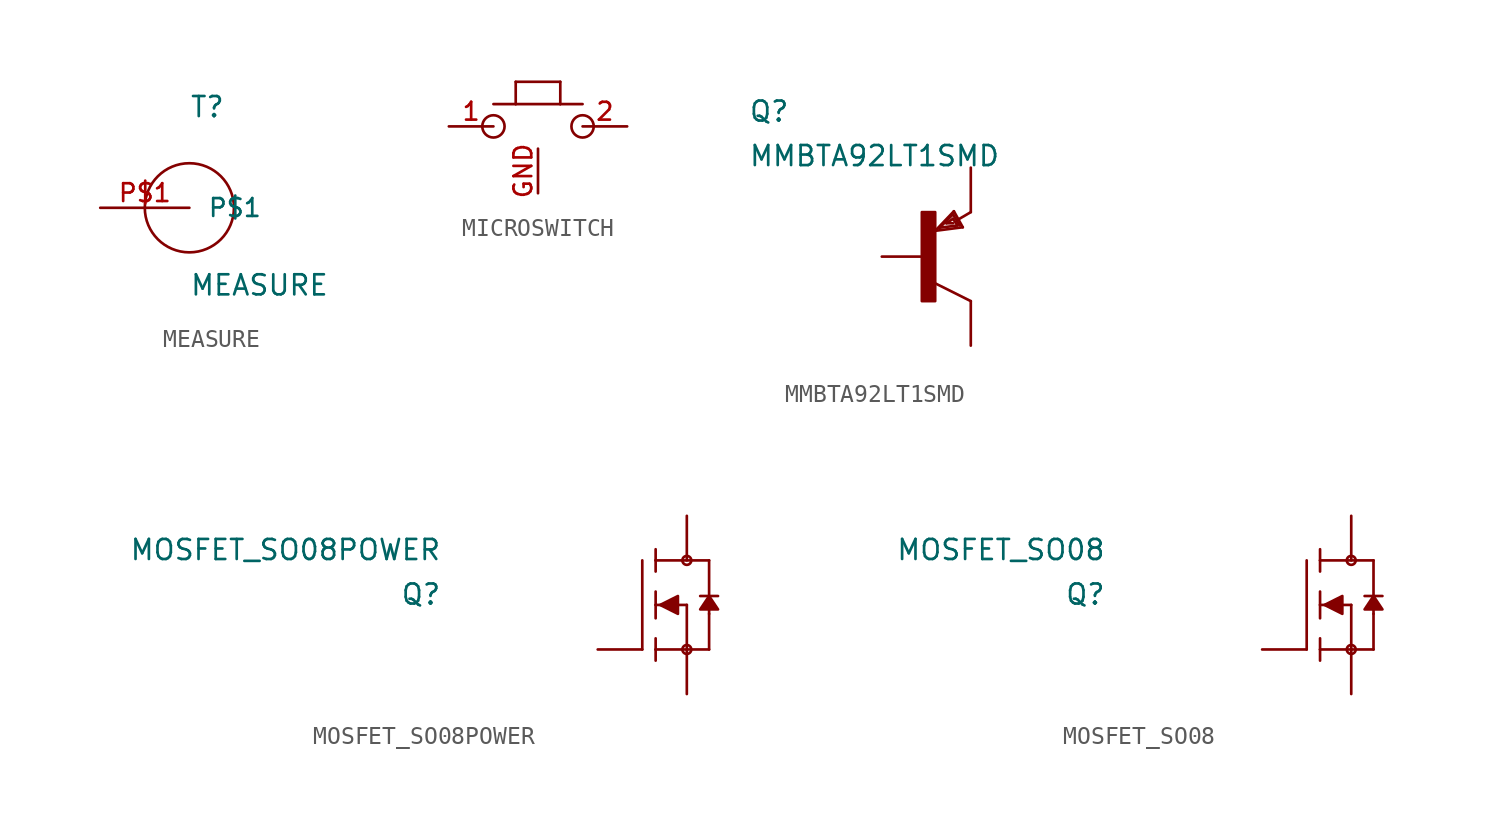
<source format=kicad_sym>
(kicad_symbol_lib
  (version 20211014)
  (generator kicad_symbol_editor)
  (symbol "MEASURE"
    (pin_names
      (offset 1.016))
    (property "Reference" "T"
      (at 0 5.08 0)
      (effects (font (size 1.143 1.143)) (justify left bottom)))
    (property "Value" "MEASURE"
      (at 0 -5.08 0)
      (effects (font (size 1.143 1.143)) (justify left bottom)))
    (property "ki_locked" ""
      (at 0 0 0)
      (effects (font (size 1.27 1.27))))
    (symbol "MEASURE_1_1"
      (circle (center 0 0) (radius 2.54) (stroke (width 0) (type default) (color 0 0 0 0)) (fill (type none)))
      (pin passive line (at -5.08 0 0) (length 5.08) (name "P$1" (effects (font (size 1.016 1.016)))) (number "P$1" (effects (font (size 1.016 1.016)))))))
  (symbol "MICROSWITCH"
    (pin_names
      (offset 1.016) hide)
    (property "Reference" "K"
      (at 0 0 0)
      (effects (font (size 1.143 1.143)) hide))
    (property "ki_locked" ""
      (at 0 0 0)
      (effects (font (size 1.27 1.27))))
    (symbol "MICROSWITCH_1_0"
      (polyline (pts (xy -2.54 1.27) (xy -1.27 1.27)) (stroke (width 0) (type default) (color 0 0 0 0)) (fill (type none)))
      (polyline (pts (xy -1.27 1.27) (xy 1.27 1.27)) (stroke (width 0) (type default) (color 0 0 0 0)) (fill (type none)))
      (polyline (pts (xy -1.27 2.54) (xy -1.27 1.27)) (stroke (width 0) (type default) (color 0 0 0 0)) (fill (type none)))
      (polyline (pts (xy 1.27 1.27) (xy 1.27 2.54)) (stroke (width 0) (type default) (color 0 0 0 0)) (fill (type none)))
      (polyline (pts (xy 1.27 2.54) (xy -1.27 2.54)) (stroke (width 0) (type default) (color 0 0 0 0)) (fill (type none)))
      (polyline (pts (xy 2.54 1.27) (xy 1.27 1.27)) (stroke (width 0) (type default) (color 0 0 0 0)) (fill (type none))))
    (symbol "MICROSWITCH_1_1"
      (circle (center -2.54 0) (radius 0.635) (stroke (width 0) (type default) (color 0 0 0 0)) (fill (type none)))
      (circle (center 2.54 0) (radius 0.635) (stroke (width 0) (type default) (color 0 0 0 0)) (fill (type none)))
      (pin passive line (at -5.08 0 0) (length 2.54) (name "1" (effects (font (size 1.016 1.016)))) (number "1" (effects (font (size 1.016 1.016)))))
      (pin passive line (at 5.08 0 180) (length 2.54) (name "2" (effects (font (size 1.016 1.016)))) (number "2" (effects (font (size 1.016 1.016)))))
      (pin power_in line (at 0 -3.81 90) (length 2.54) (name "GND" (effects (font (size 1.016 1.016)))) (number "GND" (effects (font (size 1.016 1.016)))))))
  (symbol "MMBTA92LT1SMD"
    (pin_numbers hide)
    (pin_names
      (offset 1.016) hide)
    (property "Reference" "Q"
      (at -10.16 7.62 0)
      (effects (font (size 1.143 1.143)) (justify left bottom)))
    (property "Value" "MMBTA92LT1SMD"
      (at -10.16 5.08 0)
      (effects (font (size 1.143 1.143)) (justify left bottom)))
    (property "ki_locked" ""
      (at 0 0 0)
      (effects (font (size 1.27 1.27))))
    (symbol "MMBTA92LT1SMD_1_0"
      (polyline (pts (xy 0.508 1.473) (xy 2.083 1.676)) (stroke (width 0) (type default) (color 0 0 0 0)) (fill (type none)))
      (polyline (pts (xy 0.762 1.651) (xy 1.778 1.778)) (stroke (width 0) (type default) (color 0 0 0 0)) (fill (type none)))
      (polyline (pts (xy 1.143 1.905) (xy 1.524 1.905)) (stroke (width 0) (type default) (color 0 0 0 0)) (fill (type none)))
      (polyline (pts (xy 1.524 2.159) (xy 1.143 1.905)) (stroke (width 0) (type default) (color 0 0 0 0)) (fill (type none)))
      (polyline (pts (xy 1.524 2.413) (xy 0.762 1.651)) (stroke (width 0) (type default) (color 0 0 0 0)) (fill (type none)))
      (polyline (pts (xy 1.575 2.591) (xy 0.508 1.473)) (stroke (width 0) (type default) (color 0 0 0 0)) (fill (type none)))
      (polyline (pts (xy 1.778 1.778) (xy 1.524 2.159)) (stroke (width 0) (type default) (color 0 0 0 0)) (fill (type none)))
      (polyline (pts (xy 1.905 1.778) (xy 1.524 2.413)) (stroke (width 0) (type default) (color 0 0 0 0)) (fill (type none)))
      (polyline (pts (xy 2.083 1.676) (xy 1.575 2.591)) (stroke (width 0) (type default) (color 0 0 0 0)) (fill (type none)))
      (polyline (pts (xy 2.54 -2.54) (xy 0.508 -1.524)) (stroke (width 0) (type default) (color 0 0 0 0)) (fill (type none)))
      (polyline (pts (xy 2.54 2.54) (xy 1.803 2.108)) (stroke (width 0) (type default) (color 0 0 0 0)) (fill (type none))))
    (symbol "MMBTA92LT1SMD_1_1"
      (rectangle (start -0.254 -2.54) (end 0.508 2.54) (stroke (width 0) (type default) (color 0 0 0 0)) (fill (type outline)))
      (pin passive line (at -2.54 0 0) (length 2.54) (name "B" (effects (font (size 1.016 1.016)))) (number "B" (effects (font (size 1.016 1.016)))))
      (pin passive line (at 2.54 -5.08 90) (length 2.54) (name "C" (effects (font (size 1.016 1.016)))) (number "C" (effects (font (size 1.016 1.016)))))
      (pin passive line (at 2.54 5.08 270) (length 2.54) (name "E" (effects (font (size 1.016 1.016)))) (number "E" (effects (font (size 1.016 1.016)))))))
  (symbol "MOSFET_SO08POWER"
    (pin_numbers hide)
    (pin_names
      (offset 1.016) hide)
    (property "Reference" "Q"
      (at -11.43 1.27 0)
      (effects (font (size 1.143 1.143)) (justify right top)))
    (property "Value" "MOSFET_SO08POWER"
      (at -11.43 3.81 0)
      (effects (font (size 1.143 1.143)) (justify right top)))
    (property "ki_locked" ""
      (at 0 0 0)
      (effects (font (size 1.27 1.27))))
    (symbol "MOSFET_SO08POWER_1_0"
      (polyline (pts (xy 0 2.54) (xy 0 -2.54)) (stroke (width 0) (type default) (color 0 0 0 0)) (fill (type none)))
      (polyline (pts (xy 0.762 -2.54) (xy 0.762 -3.175)) (stroke (width 0) (type default) (color 0 0 0 0)) (fill (type none)))
      (polyline (pts (xy 0.762 -1.905) (xy 0.762 -2.54)) (stroke (width 0) (type default) (color 0 0 0 0)) (fill (type none)))
      (polyline (pts (xy 0.762 0) (xy 0.762 -0.762)) (stroke (width 0) (type default) (color 0 0 0 0)) (fill (type none)))
      (polyline (pts (xy 0.762 0) (xy 2.54 0)) (stroke (width 0) (type default) (color 0 0 0 0)) (fill (type none)))
      (polyline (pts (xy 0.762 0.762) (xy 0.762 0)) (stroke (width 0) (type default) (color 0 0 0 0)) (fill (type none)))
      (polyline (pts (xy 0.762 2.54) (xy 0.762 1.905)) (stroke (width 0) (type default) (color 0 0 0 0)) (fill (type none)))
      (polyline (pts (xy 0.762 2.54) (xy 3.81 2.54)) (stroke (width 0) (type default) (color 0 0 0 0)) (fill (type none)))
      (polyline (pts (xy 0.762 3.175) (xy 0.762 2.54)) (stroke (width 0) (type default) (color 0 0 0 0)) (fill (type none)))
      (polyline (pts (xy 2.54 -2.54) (xy 0.762 -2.54)) (stroke (width 0) (type default) (color 0 0 0 0)) (fill (type none)))
      (polyline (pts (xy 2.54 -2.54) (xy 3.81 -2.54)) (stroke (width 0) (type default) (color 0 0 0 0)) (fill (type none)))
      (polyline (pts (xy 2.54 0) (xy 2.54 -2.54)) (stroke (width 0) (type default) (color 0 0 0 0)) (fill (type none)))
      (polyline (pts (xy 3.302 0.508) (xy 3.81 0.508)) (stroke (width 0) (type default) (color 0 0 0 0)) (fill (type none)))
      (polyline (pts (xy 3.81 -0.508) (xy 3.81 -2.54)) (stroke (width 0) (type default) (color 0 0 0 0)) (fill (type none)))
      (polyline (pts (xy 3.81 0.508) (xy 3.81 -0.508)) (stroke (width 0) (type default) (color 0 0 0 0)) (fill (type none)))
      (polyline (pts (xy 3.81 0.508) (xy 4.318 0.508)) (stroke (width 0) (type default) (color 0 0 0 0)) (fill (type none)))
      (polyline (pts (xy 3.81 2.54) (xy 3.81 0.508)) (stroke (width 0) (type default) (color 0 0 0 0)) (fill (type none))))
    (symbol "MOSFET_SO08POWER_1_1"
      (polyline (pts (xy 1.016 0) (xy 2.032 0.508) (xy 2.032 0.508) (xy 2.032 -0.508) (xy 2.032 -0.508) (xy 1.016 0)) (stroke (width 0) (type default) (color 0 0 0 0)) (fill (type outline)))
      (polyline (pts (xy 3.81 0.508) (xy 3.302 -0.254) (xy 3.302 -0.254) (xy 4.318 -0.254) (xy 4.318 -0.254) (xy 3.81 0.508)) (stroke (width 0) (type default) (color 0 0 0 0)) (fill (type outline)))
      (circle (center 2.54 -2.54) (radius 0.254) (stroke (width 0) (type default) (color 0 0 0 0)) (fill (type none)))
      (circle (center 2.54 2.54) (radius 0.254) (stroke (width 0) (type default) (color 0 0 0 0)) (fill (type none)))
      (pin passive line (at 2.54 5.08 270) (length 2.54) (name "D" (effects (font (size 1.016 1.016)))) (number "0" (effects (font (size 1.016 1.016)))))
      (pin passive line (at 2.54 -5.08 90) (length 2.54) (name "S" (effects (font (size 1.016 1.016)))) (number "1" (effects (font (size 1.016 1.016)))))
      (pin passive line (at 2.54 -5.08 90) (length 2.54) hide (name "S" (effects (font (size 1.016 1.016)))) (number "2" (effects (font (size 1.016 1.016)))))
      (pin passive line (at 2.54 -5.08 90) (length 2.54) hide (name "S" (effects (font (size 1.016 1.016)))) (number "3" (effects (font (size 1.016 1.016)))))
      (pin passive line (at -2.54 -2.54 0) (length 2.54) (name "G" (effects (font (size 1.016 1.016)))) (number "4" (effects (font (size 1.016 1.016)))))
      (pin passive line (at 2.54 5.08 270) (length 2.54) hide (name "D" (effects (font (size 1.016 1.016)))) (number "5" (effects (font (size 1.016 1.016)))))
      (pin passive line (at 2.54 5.08 270) (length 2.54) hide (name "D" (effects (font (size 1.016 1.016)))) (number "6" (effects (font (size 1.016 1.016)))))
      (pin passive line (at 2.54 5.08 270) (length 2.54) hide (name "D" (effects (font (size 1.016 1.016)))) (number "7" (effects (font (size 1.016 1.016)))))
      (pin passive line (at 2.54 5.08 270) (length 2.54) hide (name "D" (effects (font (size 1.016 1.016)))) (number "8" (effects (font (size 1.016 1.016)))))))
  (symbol "MOSFET_SO08"
    (pin_numbers hide)
    (pin_names
      (offset 1.016) hide)
    (property "Reference" "Q"
      (at -11.43 1.27 0)
      (effects (font (size 1.143 1.143)) (justify right top)))
    (property "Value" "MOSFET_SO08"
      (at -11.43 3.81 0)
      (effects (font (size 1.143 1.143)) (justify right top)))
    (property "ki_locked" ""
      (at 0 0 0)
      (effects (font (size 1.27 1.27))))
    (symbol "MOSFET_SO08_1_0"
      (polyline (pts (xy 0 2.54) (xy 0 -2.54)) (stroke (width 0) (type default) (color 0 0 0 0)) (fill (type none)))
      (polyline (pts (xy 0.762 -2.54) (xy 0.762 -3.175)) (stroke (width 0) (type default) (color 0 0 0 0)) (fill (type none)))
      (polyline (pts (xy 0.762 -1.905) (xy 0.762 -2.54)) (stroke (width 0) (type default) (color 0 0 0 0)) (fill (type none)))
      (polyline (pts (xy 0.762 0) (xy 0.762 -0.762)) (stroke (width 0) (type default) (color 0 0 0 0)) (fill (type none)))
      (polyline (pts (xy 0.762 0) (xy 2.54 0)) (stroke (width 0) (type default) (color 0 0 0 0)) (fill (type none)))
      (polyline (pts (xy 0.762 0.762) (xy 0.762 0)) (stroke (width 0) (type default) (color 0 0 0 0)) (fill (type none)))
      (polyline (pts (xy 0.762 2.54) (xy 0.762 1.905)) (stroke (width 0) (type default) (color 0 0 0 0)) (fill (type none)))
      (polyline (pts (xy 0.762 2.54) (xy 3.81 2.54)) (stroke (width 0) (type default) (color 0 0 0 0)) (fill (type none)))
      (polyline (pts (xy 0.762 3.175) (xy 0.762 2.54)) (stroke (width 0) (type default) (color 0 0 0 0)) (fill (type none)))
      (polyline (pts (xy 2.54 -2.54) (xy 0.762 -2.54)) (stroke (width 0) (type default) (color 0 0 0 0)) (fill (type none)))
      (polyline (pts (xy 2.54 -2.54) (xy 3.81 -2.54)) (stroke (width 0) (type default) (color 0 0 0 0)) (fill (type none)))
      (polyline (pts (xy 2.54 0) (xy 2.54 -2.54)) (stroke (width 0) (type default) (color 0 0 0 0)) (fill (type none)))
      (polyline (pts (xy 3.302 0.508) (xy 3.81 0.508)) (stroke (width 0) (type default) (color 0 0 0 0)) (fill (type none)))
      (polyline (pts (xy 3.81 -0.508) (xy 3.81 -2.54)) (stroke (width 0) (type default) (color 0 0 0 0)) (fill (type none)))
      (polyline (pts (xy 3.81 0.508) (xy 3.81 -0.508)) (stroke (width 0) (type default) (color 0 0 0 0)) (fill (type none)))
      (polyline (pts (xy 3.81 0.508) (xy 4.318 0.508)) (stroke (width 0) (type default) (color 0 0 0 0)) (fill (type none)))
      (polyline (pts (xy 3.81 2.54) (xy 3.81 0.508)) (stroke (width 0) (type default) (color 0 0 0 0)) (fill (type none))))
    (symbol "MOSFET_SO08_1_1"
      (polyline (pts (xy 1.016 0) (xy 2.032 0.508) (xy 2.032 0.508) (xy 2.032 -0.508) (xy 2.032 -0.508) (xy 1.016 0)) (stroke (width 0) (type default) (color 0 0 0 0)) (fill (type outline)))
      (polyline (pts (xy 3.81 0.508) (xy 3.302 -0.254) (xy 3.302 -0.254) (xy 4.318 -0.254) (xy 4.318 -0.254) (xy 3.81 0.508)) (stroke (width 0) (type default) (color 0 0 0 0)) (fill (type outline)))
      (circle (center 2.54 -2.54) (radius 0.254) (stroke (width 0) (type default) (color 0 0 0 0)) (fill (type none)))
      (circle (center 2.54 2.54) (radius 0.254) (stroke (width 0) (type default) (color 0 0 0 0)) (fill (type none)))
      (pin passive line (at 2.54 -5.08 90) (length 2.54) (name "S" (effects (font (size 1.016 1.016)))) (number "1" (effects (font (size 1.016 1.016)))))
      (pin passive line (at 2.54 -5.08 90) (length 2.54) hide (name "S" (effects (font (size 1.016 1.016)))) (number "2" (effects (font (size 1.016 1.016)))))
      (pin passive line (at 2.54 -5.08 90) (length 2.54) hide (name "S" (effects (font (size 1.016 1.016)))) (number "3" (effects (font (size 1.016 1.016)))))
      (pin passive line (at -2.54 -2.54 0) (length 2.54) (name "G" (effects (font (size 1.016 1.016)))) (number "4" (effects (font (size 1.016 1.016)))))
      (pin passive line (at 2.54 5.08 270) (length 2.54) (name "D" (effects (font (size 1.016 1.016)))) (number "5" (effects (font (size 1.016 1.016)))))
      (pin passive line (at 2.54 5.08 270) (length 2.54) hide (name "D" (effects (font (size 1.016 1.016)))) (number "6" (effects (font (size 1.016 1.016)))))
      (pin passive line (at 2.54 5.08 270) (length 2.54) hide (name "D" (effects (font (size 1.016 1.016)))) (number "7" (effects (font (size 1.016 1.016)))))
      (pin passive line (at 2.54 5.08 270) (length 2.54) hide (name "D" (effects (font (size 1.016 1.016)))) (number "8" (effects (font (size 1.016 1.016))))))))
</source>
